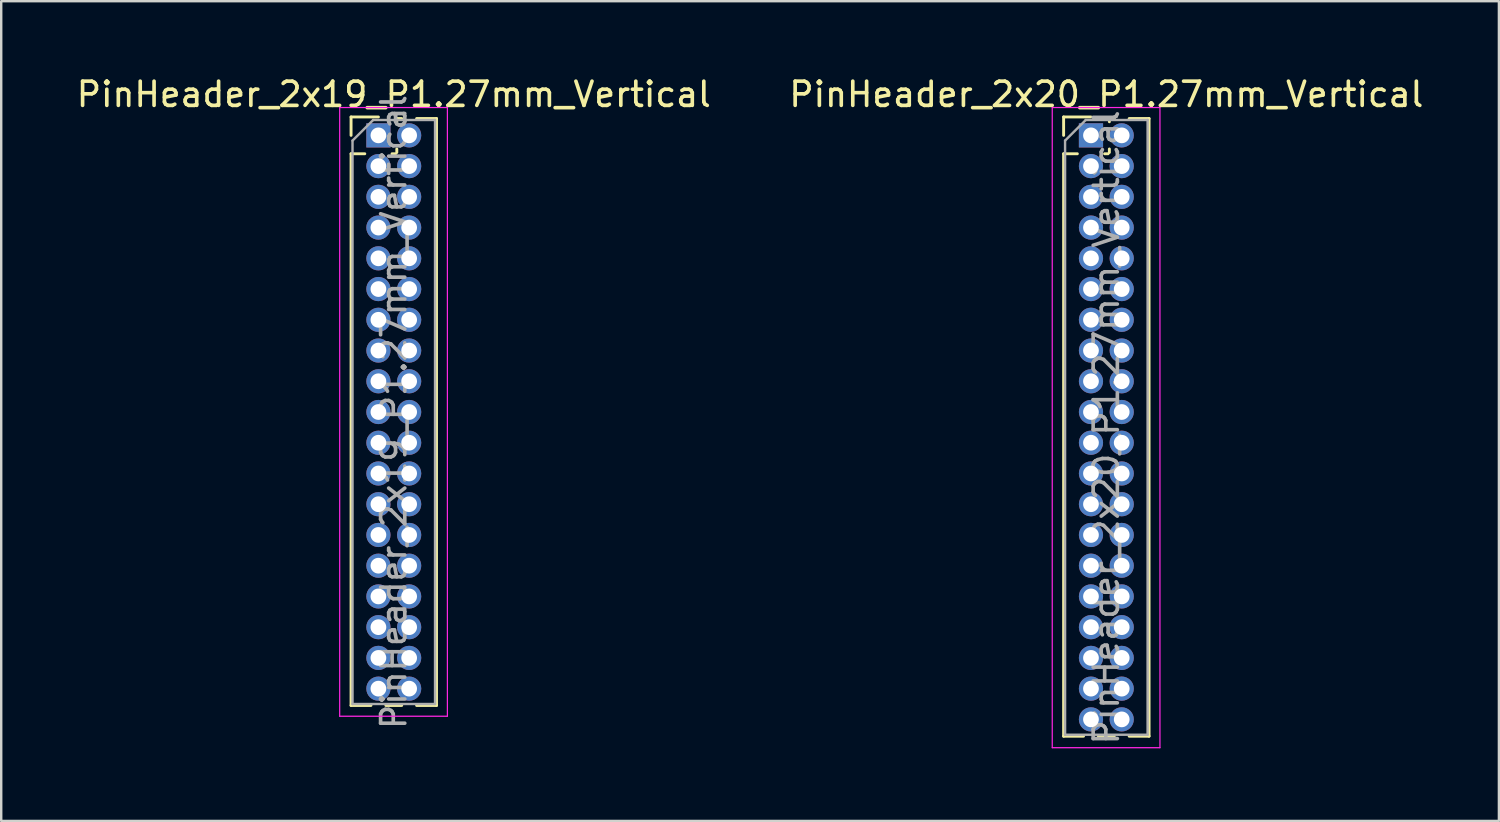
<source format=kicad_pcb>
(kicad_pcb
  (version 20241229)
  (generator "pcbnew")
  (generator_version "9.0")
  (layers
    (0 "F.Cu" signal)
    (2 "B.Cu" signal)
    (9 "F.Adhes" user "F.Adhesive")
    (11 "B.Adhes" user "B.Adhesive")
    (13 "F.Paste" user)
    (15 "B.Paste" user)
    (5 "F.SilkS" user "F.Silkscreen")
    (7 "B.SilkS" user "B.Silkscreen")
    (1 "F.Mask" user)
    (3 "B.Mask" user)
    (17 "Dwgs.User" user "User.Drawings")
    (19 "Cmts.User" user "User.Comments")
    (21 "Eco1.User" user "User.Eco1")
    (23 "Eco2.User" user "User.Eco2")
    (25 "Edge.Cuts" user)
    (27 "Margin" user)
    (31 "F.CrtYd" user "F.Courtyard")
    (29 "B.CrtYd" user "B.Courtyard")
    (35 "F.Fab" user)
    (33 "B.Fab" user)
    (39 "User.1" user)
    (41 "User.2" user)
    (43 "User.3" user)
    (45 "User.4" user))
  (footprint "PinHeader_2x20_P1.27mm_Vertical"
    (layer "F.Cu")
    (at 42.026 2.543)
    (property "Reference" "PinHeader_2x20_P1.27mm_Vertical" (at 0.635 -1.695 0) (layer "F.SilkS") (effects (font (size 1 1) (thickness 0.15))))
    (attr through_hole)
    (fp_line (start -1.13 -0.76) (end 0 -0.76) (stroke (width 0.12) (type solid)) (layer "F.SilkS"))
    (fp_line (start -1.13 0) (end -1.13 -0.76) (stroke (width 0.12) (type solid)) (layer "F.SilkS"))
    (fp_line (start -1.13 0.76) (end -1.13 24.825) (stroke (width 0.12) (type solid)) (layer "F.SilkS"))
    (fp_line (start -1.13 0.76) (end -0.563 0.76) (stroke (width 0.12) (type solid)) (layer "F.SilkS"))
    (fp_line (start -1.13 24.825) (end -0.308 24.825) (stroke (width 0.12) (type solid)) (layer "F.SilkS"))
    (fp_line (start 0.308 24.825) (end 0.962 24.825) (stroke (width 0.12) (type solid)) (layer "F.SilkS"))
    (fp_line (start 0.563 0.76) (end 0.707 0.76) (stroke (width 0.12) (type solid)) (layer "F.SilkS"))
    (fp_line (start 0.76 -0.695) (end 0.962 -0.695) (stroke (width 0.12) (type solid)) (layer "F.SilkS"))
    (fp_line (start 0.76 -0.563) (end 0.76 -0.695) (stroke (width 0.12) (type solid)) (layer "F.SilkS"))
    (fp_line (start 0.76 0.707) (end 0.76 0.563) (stroke (width 0.12) (type solid)) (layer "F.SilkS"))
    (fp_line (start 1.578 -0.695) (end 2.4 -0.695) (stroke (width 0.12) (type solid)) (layer "F.SilkS"))
    (fp_line (start 1.578 24.825) (end 2.4 24.825) (stroke (width 0.12) (type solid)) (layer "F.SilkS"))
    (fp_line (start 2.4 -0.695) (end 2.4 24.825) (stroke (width 0.12) (type solid)) (layer "F.SilkS"))
    (fp_line (start -1.6 -1.15) (end -1.6 25.3) (stroke (width 0.05) (type solid)) (layer "F.CrtYd"))
    (fp_line (start -1.6 25.3) (end 2.85 25.3) (stroke (width 0.05) (type solid)) (layer "F.CrtYd"))
    (fp_line (start 2.85 -1.15) (end -1.6 -1.15) (stroke (width 0.05) (type solid)) (layer "F.CrtYd"))
    (fp_line (start 2.85 25.3) (end 2.85 -1.15) (stroke (width 0.05) (type solid)) (layer "F.CrtYd"))
    (fp_line (start -1.07 0.217) (end -0.217 -0.635) (stroke (width 0.1) (type solid)) (layer "F.Fab"))
    (fp_line (start -1.07 24.765) (end -1.07 0.217) (stroke (width 0.1) (type solid)) (layer "F.Fab"))
    (fp_line (start -0.217 -0.635) (end 2.34 -0.635) (stroke (width 0.1) (type solid)) (layer "F.Fab"))
    (fp_line (start 2.34 -0.635) (end 2.34 24.765) (stroke (width 0.1) (type solid)) (layer "F.Fab"))
    (fp_line (start 2.34 24.765) (end -1.07 24.765) (stroke (width 0.1) (type solid)) (layer "F.Fab"))
    (fp_text user "${REFERENCE}" (at 0.635 12.065 90) (layer "F.Fab") (effects (font (size 1 1) (thickness 0.15))))
    (pad "1" thru_hole rect (at 0 0) (size 1 1) (drill 0.65) (layers "*.Cu" "*.Mask"))
    (pad "2" thru_hole oval (at 1.27 0) (size 1 1) (drill 0.65) (layers "*.Cu" "*.Mask"))
    (pad "3" thru_hole oval (at 0 1.27) (size 1 1) (drill 0.65) (layers "*.Cu" "*.Mask"))
    (pad "4" thru_hole oval (at 1.27 1.27) (size 1 1) (drill 0.65) (layers "*.Cu" "*.Mask"))
    (pad "5" thru_hole oval (at 0 2.54) (size 1 1) (drill 0.65) (layers "*.Cu" "*.Mask"))
    (pad "6" thru_hole oval (at 1.27 2.54) (size 1 1) (drill 0.65) (layers "*.Cu" "*.Mask"))
    (pad "7" thru_hole oval (at 0 3.81) (size 1 1) (drill 0.65) (layers "*.Cu" "*.Mask"))
    (pad "8" thru_hole oval (at 1.27 3.81) (size 1 1) (drill 0.65) (layers "*.Cu" "*.Mask"))
    (pad "9" thru_hole oval (at 0 5.08) (size 1 1) (drill 0.65) (layers "*.Cu" "*.Mask"))
    (pad "10" thru_hole oval (at 1.27 5.08) (size 1 1) (drill 0.65) (layers "*.Cu" "*.Mask"))
    (pad "11" thru_hole oval (at 0 6.35) (size 1 1) (drill 0.65) (layers "*.Cu" "*.Mask"))
    (pad "12" thru_hole oval (at 1.27 6.35) (size 1 1) (drill 0.65) (layers "*.Cu" "*.Mask"))
    (pad "13" thru_hole oval (at 0 7.62) (size 1 1) (drill 0.65) (layers "*.Cu" "*.Mask"))
    (pad "14" thru_hole oval (at 1.27 7.62) (size 1 1) (drill 0.65) (layers "*.Cu" "*.Mask"))
    (pad "15" thru_hole oval (at 0 8.89) (size 1 1) (drill 0.65) (layers "*.Cu" "*.Mask"))
    (pad "16" thru_hole oval (at 1.27 8.89) (size 1 1) (drill 0.65) (layers "*.Cu" "*.Mask"))
    (pad "17" thru_hole oval (at 0 10.16) (size 1 1) (drill 0.65) (layers "*.Cu" "*.Mask"))
    (pad "18" thru_hole oval (at 1.27 10.16) (size 1 1) (drill 0.65) (layers "*.Cu" "*.Mask"))
    (pad "19" thru_hole oval (at 0 11.43) (size 1 1) (drill 0.65) (layers "*.Cu" "*.Mask"))
    (pad "20" thru_hole oval (at 1.27 11.43) (size 1 1) (drill 0.65) (layers "*.Cu" "*.Mask"))
    (pad "21" thru_hole oval (at 0 12.7) (size 1 1) (drill 0.65) (layers "*.Cu" "*.Mask"))
    (pad "22" thru_hole oval (at 1.27 12.7) (size 1 1) (drill 0.65) (layers "*.Cu" "*.Mask"))
    (pad "23" thru_hole oval (at 0 13.97) (size 1 1) (drill 0.65) (layers "*.Cu" "*.Mask"))
    (pad "24" thru_hole oval (at 1.27 13.97) (size 1 1) (drill 0.65) (layers "*.Cu" "*.Mask"))
    (pad "25" thru_hole oval (at 0 15.24) (size 1 1) (drill 0.65) (layers "*.Cu" "*.Mask"))
    (pad "26" thru_hole oval (at 1.27 15.24) (size 1 1) (drill 0.65) (layers "*.Cu" "*.Mask"))
    (pad "27" thru_hole oval (at 0 16.51) (size 1 1) (drill 0.65) (layers "*.Cu" "*.Mask"))
    (pad "28" thru_hole oval (at 1.27 16.51) (size 1 1) (drill 0.65) (layers "*.Cu" "*.Mask"))
    (pad "29" thru_hole oval (at 0 17.78) (size 1 1) (drill 0.65) (layers "*.Cu" "*.Mask"))
    (pad "30" thru_hole oval (at 1.27 17.78) (size 1 1) (drill 0.65) (layers "*.Cu" "*.Mask"))
    (pad "31" thru_hole oval (at 0 19.05) (size 1 1) (drill 0.65) (layers "*.Cu" "*.Mask"))
    (pad "32" thru_hole oval (at 1.27 19.05) (size 1 1) (drill 0.65) (layers "*.Cu" "*.Mask"))
    (pad "33" thru_hole oval (at 0 20.32) (size 1 1) (drill 0.65) (layers "*.Cu" "*.Mask"))
    (pad "34" thru_hole oval (at 1.27 20.32) (size 1 1) (drill 0.65) (layers "*.Cu" "*.Mask"))
    (pad "35" thru_hole oval (at 0 21.59) (size 1 1) (drill 0.65) (layers "*.Cu" "*.Mask"))
    (pad "36" thru_hole oval (at 1.27 21.59) (size 1 1) (drill 0.65) (layers "*.Cu" "*.Mask"))
    (pad "37" thru_hole oval (at 0 22.86) (size 1 1) (drill 0.65) (layers "*.Cu" "*.Mask"))
    (pad "38" thru_hole oval (at 1.27 22.86) (size 1 1) (drill 0.65) (layers "*.Cu" "*.Mask"))
    (pad "39" thru_hole oval (at 0 24.13) (size 1 1) (drill 0.65) (layers "*.Cu" "*.Mask"))
    (pad "40" thru_hole oval (at 1.27 24.13) (size 1 1) (drill 0.65) (layers "*.Cu" "*.Mask")))
  (footprint "PinHeader_2x19_P1.27mm_Vertical"
    (layer "F.Cu")
    (at 12.585 2.543)
    (property "Reference" "PinHeader_2x19_P1.27mm_Vertical" (at 0.635 -1.695 0) (layer "F.SilkS") (effects (font (size 1 1) (thickness 0.15))))
    (attr through_hole)
    (fp_line (start -1.13 -0.76) (end 0 -0.76) (stroke (width 0.12) (type solid)) (layer "F.SilkS"))
    (fp_line (start -1.13 0) (end -1.13 -0.76) (stroke (width 0.12) (type solid)) (layer "F.SilkS"))
    (fp_line (start -1.13 0.76) (end -1.13 23.555) (stroke (width 0.12) (type solid)) (layer "F.SilkS"))
    (fp_line (start -1.13 0.76) (end -0.563 0.76) (stroke (width 0.12) (type solid)) (layer "F.SilkS"))
    (fp_line (start -1.13 23.555) (end -0.308 23.555) (stroke (width 0.12) (type solid)) (layer "F.SilkS"))
    (fp_line (start 0.308 23.555) (end 0.962 23.555) (stroke (width 0.12) (type solid)) (layer "F.SilkS"))
    (fp_line (start 0.563 0.76) (end 0.707 0.76) (stroke (width 0.12) (type solid)) (layer "F.SilkS"))
    (fp_line (start 0.76 -0.695) (end 0.962 -0.695) (stroke (width 0.12) (type solid)) (layer "F.SilkS"))
    (fp_line (start 0.76 -0.563) (end 0.76 -0.695) (stroke (width 0.12) (type solid)) (layer "F.SilkS"))
    (fp_line (start 0.76 0.707) (end 0.76 0.563) (stroke (width 0.12) (type solid)) (layer "F.SilkS"))
    (fp_line (start 1.578 -0.695) (end 2.4 -0.695) (stroke (width 0.12) (type solid)) (layer "F.SilkS"))
    (fp_line (start 1.578 23.555) (end 2.4 23.555) (stroke (width 0.12) (type solid)) (layer "F.SilkS"))
    (fp_line (start 2.4 -0.695) (end 2.4 23.555) (stroke (width 0.12) (type solid)) (layer "F.SilkS"))
    (fp_line (start -1.6 -1.15) (end -1.6 24) (stroke (width 0.05) (type solid)) (layer "F.CrtYd"))
    (fp_line (start -1.6 24) (end 2.85 24) (stroke (width 0.05) (type solid)) (layer "F.CrtYd"))
    (fp_line (start 2.85 -1.15) (end -1.6 -1.15) (stroke (width 0.05) (type solid)) (layer "F.CrtYd"))
    (fp_line (start 2.85 24) (end 2.85 -1.15) (stroke (width 0.05) (type solid)) (layer "F.CrtYd"))
    (fp_line (start -1.07 0.217) (end -0.217 -0.635) (stroke (width 0.1) (type solid)) (layer "F.Fab"))
    (fp_line (start -1.07 23.495) (end -1.07 0.217) (stroke (width 0.1) (type solid)) (layer "F.Fab"))
    (fp_line (start -0.217 -0.635) (end 2.34 -0.635) (stroke (width 0.1) (type solid)) (layer "F.Fab"))
    (fp_line (start 2.34 -0.635) (end 2.34 23.495) (stroke (width 0.1) (type solid)) (layer "F.Fab"))
    (fp_line (start 2.34 23.495) (end -1.07 23.495) (stroke (width 0.1) (type solid)) (layer "F.Fab"))
    (fp_text user "${REFERENCE}" (at 0.635 11.43 90) (layer "F.Fab") (effects (font (size 1 1) (thickness 0.15))))
    (pad "1" thru_hole rect (at 0 0) (size 1 1) (drill 0.65) (layers "*.Cu" "*.Mask"))
    (pad "2" thru_hole oval (at 1.27 0) (size 1 1) (drill 0.65) (layers "*.Cu" "*.Mask"))
    (pad "3" thru_hole oval (at 0 1.27) (size 1 1) (drill 0.65) (layers "*.Cu" "*.Mask"))
    (pad "4" thru_hole oval (at 1.27 1.27) (size 1 1) (drill 0.65) (layers "*.Cu" "*.Mask"))
    (pad "5" thru_hole oval (at 0 2.54) (size 1 1) (drill 0.65) (layers "*.Cu" "*.Mask"))
    (pad "6" thru_hole oval (at 1.27 2.54) (size 1 1) (drill 0.65) (layers "*.Cu" "*.Mask"))
    (pad "7" thru_hole oval (at 0 3.81) (size 1 1) (drill 0.65) (layers "*.Cu" "*.Mask"))
    (pad "8" thru_hole oval (at 1.27 3.81) (size 1 1) (drill 0.65) (layers "*.Cu" "*.Mask"))
    (pad "9" thru_hole oval (at 0 5.08) (size 1 1) (drill 0.65) (layers "*.Cu" "*.Mask"))
    (pad "10" thru_hole oval (at 1.27 5.08) (size 1 1) (drill 0.65) (layers "*.Cu" "*.Mask"))
    (pad "11" thru_hole oval (at 0 6.35) (size 1 1) (drill 0.65) (layers "*.Cu" "*.Mask"))
    (pad "12" thru_hole oval (at 1.27 6.35) (size 1 1) (drill 0.65) (layers "*.Cu" "*.Mask"))
    (pad "13" thru_hole oval (at 0 7.62) (size 1 1) (drill 0.65) (layers "*.Cu" "*.Mask"))
    (pad "14" thru_hole oval (at 1.27 7.62) (size 1 1) (drill 0.65) (layers "*.Cu" "*.Mask"))
    (pad "15" thru_hole oval (at 0 8.89) (size 1 1) (drill 0.65) (layers "*.Cu" "*.Mask"))
    (pad "16" thru_hole oval (at 1.27 8.89) (size 1 1) (drill 0.65) (layers "*.Cu" "*.Mask"))
    (pad "17" thru_hole oval (at 0 10.16) (size 1 1) (drill 0.65) (layers "*.Cu" "*.Mask"))
    (pad "18" thru_hole oval (at 1.27 10.16) (size 1 1) (drill 0.65) (layers "*.Cu" "*.Mask"))
    (pad "19" thru_hole oval (at 0 11.43) (size 1 1) (drill 0.65) (layers "*.Cu" "*.Mask"))
    (pad "20" thru_hole oval (at 1.27 11.43) (size 1 1) (drill 0.65) (layers "*.Cu" "*.Mask"))
    (pad "21" thru_hole oval (at 0 12.7) (size 1 1) (drill 0.65) (layers "*.Cu" "*.Mask"))
    (pad "22" thru_hole oval (at 1.27 12.7) (size 1 1) (drill 0.65) (layers "*.Cu" "*.Mask"))
    (pad "23" thru_hole oval (at 0 13.97) (size 1 1) (drill 0.65) (layers "*.Cu" "*.Mask"))
    (pad "24" thru_hole oval (at 1.27 13.97) (size 1 1) (drill 0.65) (layers "*.Cu" "*.Mask"))
    (pad "25" thru_hole oval (at 0 15.24) (size 1 1) (drill 0.65) (layers "*.Cu" "*.Mask"))
    (pad "26" thru_hole oval (at 1.27 15.24) (size 1 1) (drill 0.65) (layers "*.Cu" "*.Mask"))
    (pad "27" thru_hole oval (at 0 16.51) (size 1 1) (drill 0.65) (layers "*.Cu" "*.Mask"))
    (pad "28" thru_hole oval (at 1.27 16.51) (size 1 1) (drill 0.65) (layers "*.Cu" "*.Mask"))
    (pad "29" thru_hole oval (at 0 17.78) (size 1 1) (drill 0.65) (layers "*.Cu" "*.Mask"))
    (pad "30" thru_hole oval (at 1.27 17.78) (size 1 1) (drill 0.65) (layers "*.Cu" "*.Mask"))
    (pad "31" thru_hole oval (at 0 19.05) (size 1 1) (drill 0.65) (layers "*.Cu" "*.Mask"))
    (pad "32" thru_hole oval (at 1.27 19.05) (size 1 1) (drill 0.65) (layers "*.Cu" "*.Mask"))
    (pad "33" thru_hole oval (at 0 20.32) (size 1 1) (drill 0.65) (layers "*.Cu" "*.Mask"))
    (pad "34" thru_hole oval (at 1.27 20.32) (size 1 1) (drill 0.65) (layers "*.Cu" "*.Mask"))
    (pad "35" thru_hole oval (at 0 21.59) (size 1 1) (drill 0.65) (layers "*.Cu" "*.Mask"))
    (pad "36" thru_hole oval (at 1.27 21.59) (size 1 1) (drill 0.65) (layers "*.Cu" "*.Mask"))
    (pad "37" thru_hole oval (at 0 22.86) (size 1 1) (drill 0.65) (layers "*.Cu" "*.Mask"))
    (pad "38" thru_hole oval (at 1.27 22.86) (size 1 1) (drill 0.65) (layers "*.Cu" "*.Mask")))
  (gr_rect
    (start -3 -3)
    (end 58.881 30.868)
    (stroke (width 0.1) (type default))
    (fill no)
    (layer "Edge.Cuts")))
</source>
